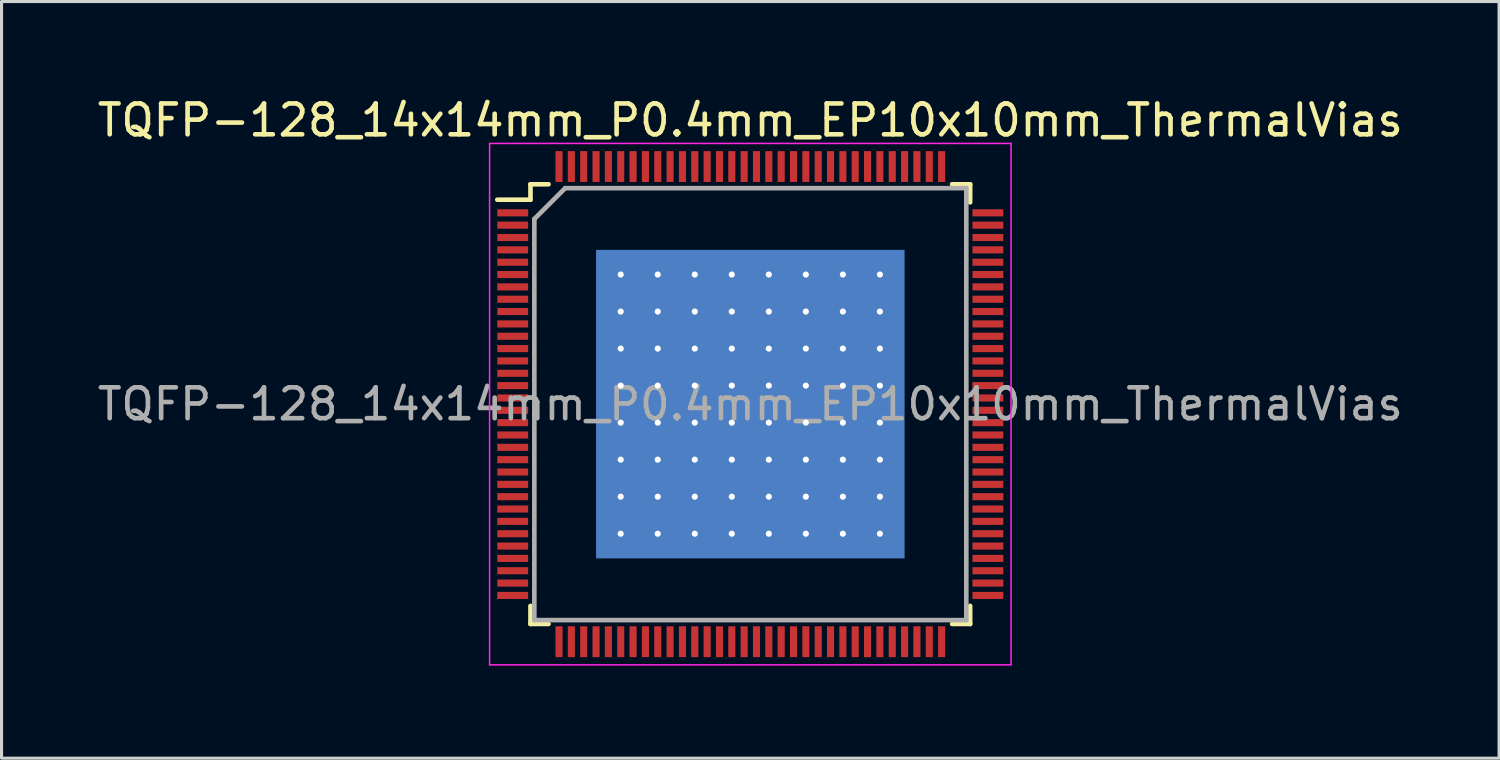
<source format=kicad_pcb>
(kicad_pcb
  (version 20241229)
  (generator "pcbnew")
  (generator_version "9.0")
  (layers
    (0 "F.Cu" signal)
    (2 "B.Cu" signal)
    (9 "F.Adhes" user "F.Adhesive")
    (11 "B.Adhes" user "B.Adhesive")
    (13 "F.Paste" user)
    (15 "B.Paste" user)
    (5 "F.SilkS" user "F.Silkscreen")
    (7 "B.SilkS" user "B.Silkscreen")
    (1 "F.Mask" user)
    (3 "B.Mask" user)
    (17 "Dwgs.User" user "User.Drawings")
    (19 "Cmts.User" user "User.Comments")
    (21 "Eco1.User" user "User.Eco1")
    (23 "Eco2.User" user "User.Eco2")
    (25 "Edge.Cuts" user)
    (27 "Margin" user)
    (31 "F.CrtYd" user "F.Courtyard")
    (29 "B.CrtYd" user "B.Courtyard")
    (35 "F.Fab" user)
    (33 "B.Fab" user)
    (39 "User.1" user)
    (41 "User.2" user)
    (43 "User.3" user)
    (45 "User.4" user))
  (footprint "TQFP-128_14x14mm_P0.4mm_EP10x10mm_ThermalVias"
    (layer "F.Cu")
    (at 21.268 10.048)
    (property "Reference" "TQFP-128_14x14mm_P0.4mm_EP10x10mm_ThermalVias" (at 0 -9.2 0) (layer "F.SilkS") (effects (font (size 1 1) (thickness 0.15))))
    (attr smd)
    (fp_line (start -7.125 -7.125) (end -7.125 -6.625) (stroke (width 0.15) (type solid)) (layer "F.SilkS"))
    (fp_line (start -7.125 -7.125) (end -6.54 -7.125) (stroke (width 0.15) (type solid)) (layer "F.SilkS"))
    (fp_line (start -7.125 -6.625) (end -8.2 -6.625) (stroke (width 0.15) (type solid)) (layer "F.SilkS"))
    (fp_line (start -7.125 7.125) (end -7.125 6.54) (stroke (width 0.15) (type solid)) (layer "F.SilkS"))
    (fp_line (start -7.125 7.125) (end -6.54 7.125) (stroke (width 0.15) (type solid)) (layer "F.SilkS"))
    (fp_line (start 7.125 -7.125) (end 6.54 -7.125) (stroke (width 0.15) (type solid)) (layer "F.SilkS"))
    (fp_line (start 7.125 -7.125) (end 7.125 -6.54) (stroke (width 0.15) (type solid)) (layer "F.SilkS"))
    (fp_line (start 7.125 7.125) (end 6.54 7.125) (stroke (width 0.15) (type solid)) (layer "F.SilkS"))
    (fp_line (start 7.125 7.125) (end 7.125 6.54) (stroke (width 0.15) (type solid)) (layer "F.SilkS"))
    (fp_rect (start -4.9 -3.9) (end -4.4 -3.2) (stroke (width 0.12) (type solid)) (fill yes) (layer "F.Paste"))
    (fp_rect (start -4.9 -2.7) (end -4.4 -2) (stroke (width 0.12) (type solid)) (fill yes) (layer "F.Paste"))
    (fp_rect (start -4.9 -1.55) (end -4.4 -0.85) (stroke (width 0.12) (type solid)) (fill yes) (layer "F.Paste"))
    (fp_rect (start -4.9 -0.4) (end -4.4 0.3) (stroke (width 0.12) (type solid)) (fill yes) (layer "F.Paste"))
    (fp_rect (start -4.9 0.8) (end -4.4 1.5) (stroke (width 0.12) (type solid)) (fill yes) (layer "F.Paste"))
    (fp_rect (start -4.9 2) (end -4.4 2.7) (stroke (width 0.12) (type solid)) (fill yes) (layer "F.Paste"))
    (fp_rect (start -4.9 3.2) (end -4.4 3.9) (stroke (width 0.12) (type solid)) (fill yes) (layer "F.Paste"))
    (fp_rect (start -4.4 -4.9) (end -4.9 -4.4) (stroke (width 0.12) (type solid)) (fill yes) (layer "F.Paste"))
    (fp_rect (start -4.4 4.4) (end -4.9 4.9) (stroke (width 0.12) (type solid)) (fill yes) (layer "F.Paste"))
    (fp_rect (start -4 -4.9) (end -3.2 -4.4) (stroke (width 0.12) (type solid)) (fill yes) (layer "F.Paste"))
    (fp_rect (start -4 4.4) (end -3.2 4.9) (stroke (width 0.12) (type solid)) (fill yes) (layer "F.Paste"))
    (fp_rect (start -3.2 -3.2) (end -4 -4) (stroke (width 0.12) (type solid)) (fill yes) (layer "F.Paste"))
    (fp_rect (start -3.2 -2) (end -4 -2.8) (stroke (width 0.12) (type solid)) (fill yes) (layer "F.Paste"))
    (fp_rect (start -3.2 -0.8) (end -4 -1.6) (stroke (width 0.12) (type solid)) (fill yes) (layer "F.Paste"))
    (fp_rect (start -3.2 0.4) (end -4 -0.4) (stroke (width 0.12) (type solid)) (fill yes) (layer "F.Paste"))
    (fp_rect (start -3.2 1.6) (end -4 0.8) (stroke (width 0.12) (type solid)) (fill yes) (layer "F.Paste"))
    (fp_rect (start -3.2 2.8) (end -4 2) (stroke (width 0.12) (type solid)) (fill yes) (layer "F.Paste"))
    (fp_rect (start -3.2 4) (end -4 3.2) (stroke (width 0.12) (type solid)) (fill yes) (layer "F.Paste"))
    (fp_rect (start -2.8 -4.9) (end -2 -4.4) (stroke (width 0.12) (type solid)) (fill yes) (layer "F.Paste"))
    (fp_rect (start -2.8 4.4) (end -2 4.9) (stroke (width 0.12) (type solid)) (fill yes) (layer "F.Paste"))
    (fp_rect (start -2 -3.2) (end -2.8 -4) (stroke (width 0.12) (type solid)) (fill yes) (layer "F.Paste"))
    (fp_rect (start -2 -2) (end -2.8 -2.8) (stroke (width 0.12) (type solid)) (fill yes) (layer "F.Paste"))
    (fp_rect (start -2 -0.8) (end -2.8 -1.6) (stroke (width 0.12) (type solid)) (fill yes) (layer "F.Paste"))
    (fp_rect (start -2 0.4) (end -2.8 -0.4) (stroke (width 0.12) (type solid)) (fill yes) (layer "F.Paste"))
    (fp_rect (start -2 1.6) (end -2.8 0.8) (stroke (width 0.12) (type solid)) (fill yes) (layer "F.Paste"))
    (fp_rect (start -2 2.8) (end -2.8 2) (stroke (width 0.12) (type solid)) (fill yes) (layer "F.Paste"))
    (fp_rect (start -2 4) (end -2.8 3.2) (stroke (width 0.12) (type solid)) (fill yes) (layer "F.Paste"))
    (fp_rect (start -1.6 -4.9) (end -0.8 -4.4) (stroke (width 0.12) (type solid)) (fill yes) (layer "F.Paste"))
    (fp_rect (start -1.6 4.4) (end -0.8 4.9) (stroke (width 0.12) (type solid)) (fill yes) (layer "F.Paste"))
    (fp_rect (start -0.8 -3.2) (end -1.6 -4) (stroke (width 0.12) (type solid)) (fill yes) (layer "F.Paste"))
    (fp_rect (start -0.8 -2) (end -1.6 -2.8) (stroke (width 0.12) (type solid)) (fill yes) (layer "F.Paste"))
    (fp_rect (start -0.8 -0.8) (end -1.6 -1.6) (stroke (width 0.12) (type solid)) (fill yes) (layer "F.Paste"))
    (fp_rect (start -0.8 0.4) (end -1.6 -0.4) (stroke (width 0.12) (type solid)) (fill yes) (layer "F.Paste"))
    (fp_rect (start -0.8 1.6) (end -1.6 0.8) (stroke (width 0.12) (type solid)) (fill yes) (layer "F.Paste"))
    (fp_rect (start -0.8 2.8) (end -1.6 2) (stroke (width 0.12) (type solid)) (fill yes) (layer "F.Paste"))
    (fp_rect (start -0.8 4) (end -1.6 3.2) (stroke (width 0.12) (type solid)) (fill yes) (layer "F.Paste"))
    (fp_rect (start -0.4 -4.9) (end 0.4 -4.4) (stroke (width 0.12) (type solid)) (fill yes) (layer "F.Paste"))
    (fp_rect (start -0.4 4.4) (end 0.4 4.9) (stroke (width 0.12) (type solid)) (fill yes) (layer "F.Paste"))
    (fp_rect (start 0.4 -3.2) (end -0.4 -4) (stroke (width 0.12) (type solid)) (fill yes) (layer "F.Paste"))
    (fp_rect (start 0.4 -2) (end -0.4 -2.8) (stroke (width 0.12) (type solid)) (fill yes) (layer "F.Paste"))
    (fp_rect (start 0.4 -0.8) (end -0.4 -1.6) (stroke (width 0.12) (type solid)) (fill yes) (layer "F.Paste"))
    (fp_rect (start 0.4 0.4) (end -0.4 -0.4) (stroke (width 0.12) (type solid)) (fill yes) (layer "F.Paste"))
    (fp_rect (start 0.4 1.6) (end -0.4 0.8) (stroke (width 0.12) (type solid)) (fill yes) (layer "F.Paste"))
    (fp_rect (start 0.4 2.8) (end -0.4 2) (stroke (width 0.12) (type solid)) (fill yes) (layer "F.Paste"))
    (fp_rect (start 0.4 4) (end -0.4 3.2) (stroke (width 0.12) (type solid)) (fill yes) (layer "F.Paste"))
    (fp_rect (start 0.8 -4.9) (end 1.6 -4.4) (stroke (width 0.12) (type solid)) (fill yes) (layer "F.Paste"))
    (fp_rect (start 0.8 4.4) (end 1.6 4.9) (stroke (width 0.12) (type solid)) (fill yes) (layer "F.Paste"))
    (fp_rect (start 1.6 -3.2) (end 0.8 -4) (stroke (width 0.12) (type solid)) (fill yes) (layer "F.Paste"))
    (fp_rect (start 1.6 -2) (end 0.8 -2.8) (stroke (width 0.12) (type solid)) (fill yes) (layer "F.Paste"))
    (fp_rect (start 1.6 -0.8) (end 0.8 -1.6) (stroke (width 0.12) (type solid)) (fill yes) (layer "F.Paste"))
    (fp_rect (start 1.6 0.4) (end 0.8 -0.4) (stroke (width 0.12) (type solid)) (fill yes) (layer "F.Paste"))
    (fp_rect (start 1.6 1.6) (end 0.8 0.8) (stroke (width 0.12) (type solid)) (fill yes) (layer "F.Paste"))
    (fp_rect (start 1.6 2.8) (end 0.8 2) (stroke (width 0.12) (type solid)) (fill yes) (layer "F.Paste"))
    (fp_rect (start 1.6 4) (end 0.8 3.2) (stroke (width 0.12) (type solid)) (fill yes) (layer "F.Paste"))
    (fp_rect (start 2 -4.9) (end 2.8 -4.4) (stroke (width 0.12) (type solid)) (fill yes) (layer "F.Paste"))
    (fp_rect (start 2 4.4) (end 2.8 4.9) (stroke (width 0.12) (type solid)) (fill yes) (layer "F.Paste"))
    (fp_rect (start 2.8 -3.2) (end 2 -4) (stroke (width 0.12) (type solid)) (fill yes) (layer "F.Paste"))
    (fp_rect (start 2.8 -2) (end 2 -2.8) (stroke (width 0.12) (type solid)) (fill yes) (layer "F.Paste"))
    (fp_rect (start 2.8 -0.8) (end 2 -1.6) (stroke (width 0.12) (type solid)) (fill yes) (layer "F.Paste"))
    (fp_rect (start 2.8 0.4) (end 2 -0.4) (stroke (width 0.12) (type solid)) (fill yes) (layer "F.Paste"))
    (fp_rect (start 2.8 1.6) (end 2 0.8) (stroke (width 0.12) (type solid)) (fill yes) (layer "F.Paste"))
    (fp_rect (start 2.8 2.8) (end 2 2) (stroke (width 0.12) (type solid)) (fill yes) (layer "F.Paste"))
    (fp_rect (start 2.8 4) (end 2 3.2) (stroke (width 0.12) (type solid)) (fill yes) (layer "F.Paste"))
    (fp_rect (start 3.2 -4.9) (end 4 -4.4) (stroke (width 0.12) (type solid)) (fill yes) (layer "F.Paste"))
    (fp_rect (start 3.2 4.4) (end 4 4.9) (stroke (width 0.12) (type solid)) (fill yes) (layer "F.Paste"))
    (fp_rect (start 4 -3.2) (end 3.2 -4) (stroke (width 0.12) (type solid)) (fill yes) (layer "F.Paste"))
    (fp_rect (start 4 -2) (end 3.2 -2.8) (stroke (width 0.12) (type solid)) (fill yes) (layer "F.Paste"))
    (fp_rect (start 4 -0.8) (end 3.2 -1.6) (stroke (width 0.12) (type solid)) (fill yes) (layer "F.Paste"))
    (fp_rect (start 4 0.4) (end 3.2 -0.4) (stroke (width 0.12) (type solid)) (fill yes) (layer "F.Paste"))
    (fp_rect (start 4 1.6) (end 3.2 0.8) (stroke (width 0.12) (type solid)) (fill yes) (layer "F.Paste"))
    (fp_rect (start 4 2.8) (end 3.2 2) (stroke (width 0.12) (type solid)) (fill yes) (layer "F.Paste"))
    (fp_rect (start 4 4) (end 3.2 3.2) (stroke (width 0.12) (type solid)) (fill yes) (layer "F.Paste"))
    (fp_rect (start 4.4 -3.9) (end 4.9 -3.2) (stroke (width 0.12) (type solid)) (fill yes) (layer "F.Paste"))
    (fp_rect (start 4.4 -2.7) (end 4.9 -2) (stroke (width 0.12) (type solid)) (fill yes) (layer "F.Paste"))
    (fp_rect (start 4.4 -1.5) (end 4.9 -0.8) (stroke (width 0.12) (type solid)) (fill yes) (layer "F.Paste"))
    (fp_rect (start 4.4 -0.3) (end 4.9 0.4) (stroke (width 0.12) (type solid)) (fill yes) (layer "F.Paste"))
    (fp_rect (start 4.4 0.9) (end 4.9 1.6) (stroke (width 0.12) (type solid)) (fill yes) (layer "F.Paste"))
    (fp_rect (start 4.4 2.1) (end 4.9 2.8) (stroke (width 0.12) (type solid)) (fill yes) (layer "F.Paste"))
    (fp_rect (start 4.4 3.3) (end 4.9 4) (stroke (width 0.12) (type solid)) (fill yes) (layer "F.Paste"))
    (fp_rect (start 4.9 -4.9) (end 4.4 -4.4) (stroke (width 0.12) (type solid)) (fill yes) (layer "F.Paste"))
    (fp_rect (start 4.9 4.4) (end 4.4 4.9) (stroke (width 0.12) (type solid)) (fill yes) (layer "F.Paste"))
    (fp_line (start -8.45 -8.45) (end -8.45 8.45) (stroke (width 0.05) (type solid)) (layer "F.CrtYd"))
    (fp_line (start -8.45 -8.45) (end 8.45 -8.45) (stroke (width 0.05) (type solid)) (layer "F.CrtYd"))
    (fp_line (start -8.45 8.45) (end 8.45 8.45) (stroke (width 0.05) (type solid)) (layer "F.CrtYd"))
    (fp_line (start 8.45 -8.45) (end 8.45 8.45) (stroke (width 0.05) (type solid)) (layer "F.CrtYd"))
    (fp_line (start -7 -6) (end -6 -7) (stroke (width 0.15) (type solid)) (layer "F.Fab"))
    (fp_line (start -7 7) (end -7 -6) (stroke (width 0.15) (type solid)) (layer "F.Fab"))
    (fp_line (start -6 -7) (end 7 -7) (stroke (width 0.15) (type solid)) (layer "F.Fab"))
    (fp_line (start 7 -7) (end 7 7) (stroke (width 0.15) (type solid)) (layer "F.Fab"))
    (fp_line (start 7 7) (end -7 7) (stroke (width 0.15) (type solid)) (layer "F.Fab"))
    (fp_text user "${REFERENCE}" (at 0 0 0) (layer "F.Fab") (effects (font (size 1 1) (thickness 0.15))))
    (pad "1" smd rect (at -7.7 -6.2) (size 1 0.23) (layers "F.Cu" "F.Mask" "F.Paste"))
    (pad "2" smd rect (at -7.7 -5.8) (size 1 0.23) (layers "F.Cu" "F.Mask" "F.Paste"))
    (pad "3" smd rect (at -7.7 -5.4) (size 1 0.23) (layers "F.Cu" "F.Mask" "F.Paste"))
    (pad "4" smd rect (at -7.7 -5) (size 1 0.23) (layers "F.Cu" "F.Mask" "F.Paste"))
    (pad "5" smd rect (at -7.7 -4.6) (size 1 0.23) (layers "F.Cu" "F.Mask" "F.Paste"))
    (pad "6" smd rect (at -7.7 -4.2) (size 1 0.23) (layers "F.Cu" "F.Mask" "F.Paste"))
    (pad "7" smd rect (at -7.7 -3.8) (size 1 0.23) (layers "F.Cu" "F.Mask" "F.Paste"))
    (pad "8" smd rect (at -7.7 -3.4) (size 1 0.23) (layers "F.Cu" "F.Mask" "F.Paste"))
    (pad "9" smd rect (at -7.7 -3) (size 1 0.23) (layers "F.Cu" "F.Mask" "F.Paste"))
    (pad "10" smd rect (at -7.7 -2.6) (size 1 0.23) (layers "F.Cu" "F.Mask" "F.Paste"))
    (pad "11" smd rect (at -7.7 -2.2) (size 1 0.23) (layers "F.Cu" "F.Mask" "F.Paste"))
    (pad "12" smd rect (at -7.7 -1.8) (size 1 0.23) (layers "F.Cu" "F.Mask" "F.Paste"))
    (pad "13" smd rect (at -7.7 -1.4) (size 1 0.23) (layers "F.Cu" "F.Mask" "F.Paste"))
    (pad "14" smd rect (at -7.7 -1) (size 1 0.23) (layers "F.Cu" "F.Mask" "F.Paste"))
    (pad "15" smd rect (at -7.7 -0.6) (size 1 0.23) (layers "F.Cu" "F.Mask" "F.Paste"))
    (pad "16" smd rect (at -7.7 -0.2) (size 1 0.23) (layers "F.Cu" "F.Mask" "F.Paste"))
    (pad "17" smd rect (at -7.7 0.2) (size 1 0.23) (layers "F.Cu" "F.Mask" "F.Paste"))
    (pad "18" smd rect (at -7.7 0.6) (size 1 0.23) (layers "F.Cu" "F.Mask" "F.Paste"))
    (pad "19" smd rect (at -7.7 1) (size 1 0.23) (layers "F.Cu" "F.Mask" "F.Paste"))
    (pad "20" smd rect (at -7.7 1.4) (size 1 0.23) (layers "F.Cu" "F.Mask" "F.Paste"))
    (pad "21" smd rect (at -7.7 1.8) (size 1 0.23) (layers "F.Cu" "F.Mask" "F.Paste"))
    (pad "22" smd rect (at -7.7 2.2) (size 1 0.23) (layers "F.Cu" "F.Mask" "F.Paste"))
    (pad "23" smd rect (at -7.7 2.6) (size 1 0.23) (layers "F.Cu" "F.Mask" "F.Paste"))
    (pad "24" smd rect (at -7.7 3) (size 1 0.23) (layers "F.Cu" "F.Mask" "F.Paste"))
    (pad "25" smd rect (at -7.7 3.4) (size 1 0.23) (layers "F.Cu" "F.Mask" "F.Paste"))
    (pad "26" smd rect (at -7.7 3.8) (size 1 0.23) (layers "F.Cu" "F.Mask" "F.Paste"))
    (pad "27" smd rect (at -7.7 4.2) (size 1 0.23) (layers "F.Cu" "F.Mask" "F.Paste"))
    (pad "28" smd rect (at -7.7 4.6) (size 1 0.23) (layers "F.Cu" "F.Mask" "F.Paste"))
    (pad "29" smd rect (at -7.7 5) (size 1 0.23) (layers "F.Cu" "F.Mask" "F.Paste"))
    (pad "30" smd rect (at -7.7 5.4) (size 1 0.23) (layers "F.Cu" "F.Mask" "F.Paste"))
    (pad "31" smd rect (at -7.7 5.8) (size 1 0.23) (layers "F.Cu" "F.Mask" "F.Paste"))
    (pad "32" smd rect (at -7.7 6.2) (size 1 0.23) (layers "F.Cu" "F.Mask" "F.Paste"))
    (pad "33" smd rect (at -6.2 7.7 90) (size 1 0.23) (layers "F.Cu" "F.Mask" "F.Paste"))
    (pad "34" smd rect (at -5.8 7.7 90) (size 1 0.23) (layers "F.Cu" "F.Mask" "F.Paste"))
    (pad "35" smd rect (at -5.4 7.7 90) (size 1 0.23) (layers "F.Cu" "F.Mask" "F.Paste"))
    (pad "36" smd rect (at -5 7.7 90) (size 1 0.23) (layers "F.Cu" "F.Mask" "F.Paste"))
    (pad "37" smd rect (at -4.6 7.7 90) (size 1 0.23) (layers "F.Cu" "F.Mask" "F.Paste"))
    (pad "38" smd rect (at -4.2 7.7 90) (size 1 0.23) (layers "F.Cu" "F.Mask" "F.Paste"))
    (pad "39" smd rect (at -3.8 7.7 90) (size 1 0.23) (layers "F.Cu" "F.Mask" "F.Paste"))
    (pad "40" smd rect (at -3.4 7.7 90) (size 1 0.23) (layers "F.Cu" "F.Mask" "F.Paste"))
    (pad "41" smd rect (at -3 7.7 90) (size 1 0.23) (layers "F.Cu" "F.Mask" "F.Paste"))
    (pad "42" smd rect (at -2.6 7.7 90) (size 1 0.23) (layers "F.Cu" "F.Mask" "F.Paste"))
    (pad "43" smd rect (at -2.2 7.7 90) (size 1 0.23) (layers "F.Cu" "F.Mask" "F.Paste"))
    (pad "44" smd rect (at -1.8 7.7 90) (size 1 0.23) (layers "F.Cu" "F.Mask" "F.Paste"))
    (pad "45" smd rect (at -1.4 7.7 90) (size 1 0.23) (layers "F.Cu" "F.Mask" "F.Paste"))
    (pad "46" smd rect (at -1 7.7 90) (size 1 0.23) (layers "F.Cu" "F.Mask" "F.Paste"))
    (pad "47" smd rect (at -0.6 7.7 90) (size 1 0.23) (layers "F.Cu" "F.Mask" "F.Paste"))
    (pad "48" smd rect (at -0.2 7.7 90) (size 1 0.23) (layers "F.Cu" "F.Mask" "F.Paste"))
    (pad "49" smd rect (at 0.2 7.7 90) (size 1 0.23) (layers "F.Cu" "F.Mask" "F.Paste"))
    (pad "50" smd rect (at 0.6 7.7 90) (size 1 0.23) (layers "F.Cu" "F.Mask" "F.Paste"))
    (pad "51" smd rect (at 1 7.7 90) (size 1 0.23) (layers "F.Cu" "F.Mask" "F.Paste"))
    (pad "52" smd rect (at 1.4 7.7 90) (size 1 0.23) (layers "F.Cu" "F.Mask" "F.Paste"))
    (pad "53" smd rect (at 1.8 7.7 90) (size 1 0.23) (layers "F.Cu" "F.Mask" "F.Paste"))
    (pad "54" smd rect (at 2.2 7.7 90) (size 1 0.23) (layers "F.Cu" "F.Mask" "F.Paste"))
    (pad "55" smd rect (at 2.6 7.7 90) (size 1 0.23) (layers "F.Cu" "F.Mask" "F.Paste"))
    (pad "56" smd rect (at 3 7.7 90) (size 1 0.23) (layers "F.Cu" "F.Mask" "F.Paste"))
    (pad "57" smd rect (at 3.4 7.7 90) (size 1 0.23) (layers "F.Cu" "F.Mask" "F.Paste"))
    (pad "58" smd rect (at 3.8 7.7 90) (size 1 0.23) (layers "F.Cu" "F.Mask" "F.Paste"))
    (pad "59" smd rect (at 4.2 7.7 90) (size 1 0.23) (layers "F.Cu" "F.Mask" "F.Paste"))
    (pad "60" smd rect (at 4.6 7.7 90) (size 1 0.23) (layers "F.Cu" "F.Mask" "F.Paste"))
    (pad "61" smd rect (at 5 7.7 90) (size 1 0.23) (layers "F.Cu" "F.Mask" "F.Paste"))
    (pad "62" smd rect (at 5.4 7.7 90) (size 1 0.23) (layers "F.Cu" "F.Mask" "F.Paste"))
    (pad "63" smd rect (at 5.8 7.7 90) (size 1 0.23) (layers "F.Cu" "F.Mask" "F.Paste"))
    (pad "64" smd rect (at 6.2 7.7 90) (size 1 0.23) (layers "F.Cu" "F.Mask" "F.Paste"))
    (pad "65" smd rect (at 7.7 6.2) (size 1 0.23) (layers "F.Cu" "F.Mask" "F.Paste"))
    (pad "66" smd rect (at 7.7 5.8) (size 1 0.23) (layers "F.Cu" "F.Mask" "F.Paste"))
    (pad "67" smd rect (at 7.7 5.4) (size 1 0.23) (layers "F.Cu" "F.Mask" "F.Paste"))
    (pad "68" smd rect (at 7.7 5) (size 1 0.23) (layers "F.Cu" "F.Mask" "F.Paste"))
    (pad "69" smd rect (at 7.7 4.6) (size 1 0.23) (layers "F.Cu" "F.Mask" "F.Paste"))
    (pad "70" smd rect (at 7.7 4.2) (size 1 0.23) (layers "F.Cu" "F.Mask" "F.Paste"))
    (pad "71" smd rect (at 7.7 3.8) (size 1 0.23) (layers "F.Cu" "F.Mask" "F.Paste"))
    (pad "72" smd rect (at 7.7 3.4) (size 1 0.23) (layers "F.Cu" "F.Mask" "F.Paste"))
    (pad "73" smd rect (at 7.7 3) (size 1 0.23) (layers "F.Cu" "F.Mask" "F.Paste"))
    (pad "74" smd rect (at 7.7 2.6) (size 1 0.23) (layers "F.Cu" "F.Mask" "F.Paste"))
    (pad "75" smd rect (at 7.7 2.2) (size 1 0.23) (layers "F.Cu" "F.Mask" "F.Paste"))
    (pad "76" smd rect (at 7.7 1.8) (size 1 0.23) (layers "F.Cu" "F.Mask" "F.Paste"))
    (pad "77" smd rect (at 7.7 1.4) (size 1 0.23) (layers "F.Cu" "F.Mask" "F.Paste"))
    (pad "78" smd rect (at 7.7 1) (size 1 0.23) (layers "F.Cu" "F.Mask" "F.Paste"))
    (pad "79" smd rect (at 7.7 0.6) (size 1 0.23) (layers "F.Cu" "F.Mask" "F.Paste"))
    (pad "80" smd rect (at 7.7 0.2) (size 1 0.23) (layers "F.Cu" "F.Mask" "F.Paste"))
    (pad "81" smd rect (at 7.7 -0.2) (size 1 0.23) (layers "F.Cu" "F.Mask" "F.Paste"))
    (pad "82" smd rect (at 7.7 -0.6) (size 1 0.23) (layers "F.Cu" "F.Mask" "F.Paste"))
    (pad "83" smd rect (at 7.7 -1) (size 1 0.23) (layers "F.Cu" "F.Mask" "F.Paste"))
    (pad "84" smd rect (at 7.7 -1.4) (size 1 0.23) (layers "F.Cu" "F.Mask" "F.Paste"))
    (pad "85" smd rect (at 7.7 -1.8) (size 1 0.23) (layers "F.Cu" "F.Mask" "F.Paste"))
    (pad "86" smd rect (at 7.7 -2.2) (size 1 0.23) (layers "F.Cu" "F.Mask" "F.Paste"))
    (pad "87" smd rect (at 7.7 -2.6) (size 1 0.23) (layers "F.Cu" "F.Mask" "F.Paste"))
    (pad "88" smd rect (at 7.7 -3) (size 1 0.23) (layers "F.Cu" "F.Mask" "F.Paste"))
    (pad "89" smd rect (at 7.7 -3.4) (size 1 0.23) (layers "F.Cu" "F.Mask" "F.Paste"))
    (pad "90" smd rect (at 7.7 -3.8) (size 1 0.23) (layers "F.Cu" "F.Mask" "F.Paste"))
    (pad "91" smd rect (at 7.7 -4.2) (size 1 0.23) (layers "F.Cu" "F.Mask" "F.Paste"))
    (pad "92" smd rect (at 7.7 -4.6) (size 1 0.23) (layers "F.Cu" "F.Mask" "F.Paste"))
    (pad "93" smd rect (at 7.7 -5) (size 1 0.23) (layers "F.Cu" "F.Mask" "F.Paste"))
    (pad "94" smd rect (at 7.7 -5.4) (size 1 0.23) (layers "F.Cu" "F.Mask" "F.Paste"))
    (pad "95" smd rect (at 7.7 -5.8) (size 1 0.23) (layers "F.Cu" "F.Mask" "F.Paste"))
    (pad "96" smd rect (at 7.7 -6.2) (size 1 0.23) (layers "F.Cu" "F.Mask" "F.Paste"))
    (pad "97" smd rect (at 6.2 -7.7 90) (size 1 0.23) (layers "F.Cu" "F.Mask" "F.Paste"))
    (pad "98" smd rect (at 5.8 -7.7 90) (size 1 0.23) (layers "F.Cu" "F.Mask" "F.Paste"))
    (pad "99" smd rect (at 5.4 -7.7 90) (size 1 0.23) (layers "F.Cu" "F.Mask" "F.Paste"))
    (pad "100" smd rect (at 5 -7.7 90) (size 1 0.23) (layers "F.Cu" "F.Mask" "F.Paste"))
    (pad "101" smd rect (at 4.6 -7.7 90) (size 1 0.23) (layers "F.Cu" "F.Mask" "F.Paste"))
    (pad "102" smd rect (at 4.2 -7.7 90) (size 1 0.23) (layers "F.Cu" "F.Mask" "F.Paste"))
    (pad "103" smd rect (at 3.8 -7.7 90) (size 1 0.23) (layers "F.Cu" "F.Mask" "F.Paste"))
    (pad "104" smd rect (at 3.4 -7.7 90) (size 1 0.23) (layers "F.Cu" "F.Mask" "F.Paste"))
    (pad "105" smd rect (at 3 -7.7 90) (size 1 0.23) (layers "F.Cu" "F.Mask" "F.Paste"))
    (pad "106" smd rect (at 2.6 -7.7 90) (size 1 0.23) (layers "F.Cu" "F.Mask" "F.Paste"))
    (pad "107" smd rect (at 2.2 -7.7 90) (size 1 0.23) (layers "F.Cu" "F.Mask" "F.Paste"))
    (pad "108" smd rect (at 1.8 -7.7 90) (size 1 0.23) (layers "F.Cu" "F.Mask" "F.Paste"))
    (pad "109" smd rect (at 1.4 -7.7 90) (size 1 0.23) (layers "F.Cu" "F.Mask" "F.Paste"))
    (pad "110" smd rect (at 1 -7.7 90) (size 1 0.23) (layers "F.Cu" "F.Mask" "F.Paste"))
    (pad "111" smd rect (at 0.6 -7.7 90) (size 1 0.23) (layers "F.Cu" "F.Mask" "F.Paste"))
    (pad "112" smd rect (at 0.2 -7.7 90) (size 1 0.23) (layers "F.Cu" "F.Mask" "F.Paste"))
    (pad "113" smd rect (at -0.2 -7.7 90) (size 1 0.23) (layers "F.Cu" "F.Mask" "F.Paste"))
    (pad "114" smd rect (at -0.6 -7.7 90) (size 1 0.23) (layers "F.Cu" "F.Mask" "F.Paste"))
    (pad "115" smd rect (at -1 -7.7 90) (size 1 0.23) (layers "F.Cu" "F.Mask" "F.Paste"))
    (pad "116" smd rect (at -1.4 -7.7 90) (size 1 0.23) (layers "F.Cu" "F.Mask" "F.Paste"))
    (pad "117" smd rect (at -1.8 -7.7 90) (size 1 0.23) (layers "F.Cu" "F.Mask" "F.Paste"))
    (pad "118" smd rect (at -2.2 -7.7 90) (size 1 0.23) (layers "F.Cu" "F.Mask" "F.Paste"))
    (pad "119" smd rect (at -2.6 -7.7 90) (size 1 0.23) (layers "F.Cu" "F.Mask" "F.Paste"))
    (pad "120" smd rect (at -3 -7.7 90) (size 1 0.23) (layers "F.Cu" "F.Mask" "F.Paste"))
    (pad "121" smd rect (at -3.4 -7.7 90) (size 1 0.23) (layers "F.Cu" "F.Mask" "F.Paste"))
    (pad "122" smd rect (at -3.8 -7.7 90) (size 1 0.23) (layers "F.Cu" "F.Mask" "F.Paste"))
    (pad "123" smd rect (at -4.2 -7.7 90) (size 1 0.23) (layers "F.Cu" "F.Mask" "F.Paste"))
    (pad "124" smd rect (at -4.6 -7.7 90) (size 1 0.23) (layers "F.Cu" "F.Mask" "F.Paste"))
    (pad "125" smd rect (at -5 -7.7 90) (size 1 0.23) (layers "F.Cu" "F.Mask" "F.Paste"))
    (pad "126" smd rect (at -5.4 -7.7 90) (size 1 0.23) (layers "F.Cu" "F.Mask" "F.Paste"))
    (pad "127" smd rect (at -5.8 -7.7 90) (size 1 0.23) (layers "F.Cu" "F.Mask" "F.Paste"))
    (pad "128" smd rect (at -6.2 -7.7 90) (size 1 0.23) (layers "F.Cu" "F.Mask" "F.Paste"))
    (pad "129" thru_hole circle (at -4.2 -4.2) (size 0.5 0.5) (drill 0.2) (layers "*.Cu"))
    (pad "129" thru_hole circle (at -4.2 -3) (size 0.5 0.5) (drill 0.2) (layers "*.Cu"))
    (pad "129" thru_hole circle (at -4.2 -1.8) (size 0.5 0.5) (drill 0.2) (layers "*.Cu"))
    (pad "129" thru_hole circle (at -4.2 -0.6) (size 0.5 0.5) (drill 0.2) (layers "*.Cu"))
    (pad "129" thru_hole circle (at -4.2 0.6) (size 0.5 0.5) (drill 0.2) (layers "*.Cu"))
    (pad "129" thru_hole circle (at -4.2 1.8) (size 0.5 0.5) (drill 0.2) (layers "*.Cu"))
    (pad "129" thru_hole circle (at -4.2 3) (size 0.5 0.5) (drill 0.2) (layers "*.Cu"))
    (pad "129" thru_hole circle (at -4.2 4.2) (size 0.5 0.5) (drill 0.2) (layers "*.Cu"))
    (pad "129" thru_hole circle (at -3 -4.2) (size 0.5 0.5) (drill 0.2) (layers "*.Cu"))
    (pad "129" thru_hole circle (at -3 -3) (size 0.5 0.5) (drill 0.2) (layers "*.Cu"))
    (pad "129" thru_hole circle (at -3 -1.8) (size 0.5 0.5) (drill 0.2) (layers "*.Cu"))
    (pad "129" thru_hole circle (at -3 -0.6) (size 0.5 0.5) (drill 0.2) (layers "*.Cu"))
    (pad "129" thru_hole circle (at -3 0.6) (size 0.5 0.5) (drill 0.2) (layers "*.Cu"))
    (pad "129" thru_hole circle (at -3 1.8) (size 0.5 0.5) (drill 0.2) (layers "*.Cu"))
    (pad "129" thru_hole circle (at -3 3) (size 0.5 0.5) (drill 0.2) (layers "*.Cu"))
    (pad "129" thru_hole circle (at -3 4.2) (size 0.5 0.5) (drill 0.2) (layers "*.Cu"))
    (pad "129" thru_hole circle (at -1.8 -4.2) (size 0.5 0.5) (drill 0.2) (layers "*.Cu"))
    (pad "129" thru_hole circle (at -1.8 -3) (size 0.5 0.5) (drill 0.2) (layers "*.Cu"))
    (pad "129" thru_hole circle (at -1.8 -1.8) (size 0.5 0.5) (drill 0.2) (layers "*.Cu"))
    (pad "129" thru_hole circle (at -1.8 -0.6) (size 0.5 0.5) (drill 0.2) (layers "*.Cu"))
    (pad "129" thru_hole circle (at -1.8 0.6) (size 0.5 0.5) (drill 0.2) (layers "*.Cu"))
    (pad "129" thru_hole circle (at -1.8 1.8) (size 0.5 0.5) (drill 0.2) (layers "*.Cu"))
    (pad "129" thru_hole circle (at -1.8 3) (size 0.5 0.5) (drill 0.2) (layers "*.Cu"))
    (pad "129" thru_hole circle (at -1.8 4.2) (size 0.5 0.5) (drill 0.2) (layers "*.Cu"))
    (pad "129" thru_hole circle (at -0.6 -4.2) (size 0.5 0.5) (drill 0.2) (layers "*.Cu"))
    (pad "129" thru_hole circle (at -0.6 -3) (size 0.5 0.5) (drill 0.2) (layers "*.Cu"))
    (pad "129" thru_hole circle (at -0.6 -1.8) (size 0.5 0.5) (drill 0.2) (layers "*.Cu"))
    (pad "129" thru_hole circle (at -0.6 -0.6) (size 0.5 0.5) (drill 0.2) (layers "*.Cu"))
    (pad "129" thru_hole circle (at -0.6 0.6) (size 0.5 0.5) (drill 0.2) (layers "*.Cu"))
    (pad "129" thru_hole circle (at -0.6 1.8) (size 0.5 0.5) (drill 0.2) (layers "*.Cu"))
    (pad "129" thru_hole circle (at -0.6 3) (size 0.5 0.5) (drill 0.2) (layers "*.Cu"))
    (pad "129" thru_hole circle (at -0.6 4.2) (size 0.5 0.5) (drill 0.2) (layers "*.Cu"))
    (pad "129" smd rect (at 0 0) (size 10 10) (layers "F.Mask" "B.Cu"))
    (pad "129" thru_hole circle (at 0.6 -4.2) (size 0.5 0.5) (drill 0.2) (layers "*.Cu"))
    (pad "129" thru_hole circle (at 0.6 -3) (size 0.5 0.5) (drill 0.2) (layers "*.Cu"))
    (pad "129" thru_hole circle (at 0.6 -1.8) (size 0.5 0.5) (drill 0.2) (layers "*.Cu"))
    (pad "129" thru_hole circle (at 0.6 -0.6) (size 0.5 0.5) (drill 0.2) (layers "*.Cu"))
    (pad "129" thru_hole circle (at 0.6 0.6) (size 0.5 0.5) (drill 0.2) (layers "*.Cu"))
    (pad "129" thru_hole circle (at 0.6 1.8) (size 0.5 0.5) (drill 0.2) (layers "*.Cu"))
    (pad "129" thru_hole circle (at 0.6 3) (size 0.5 0.5) (drill 0.2) (layers "*.Cu"))
    (pad "129" thru_hole circle (at 0.6 4.2) (size 0.5 0.5) (drill 0.2) (layers "*.Cu"))
    (pad "129" thru_hole circle (at 1.8 -4.2) (size 0.5 0.5) (drill 0.2) (layers "*.Cu"))
    (pad "129" thru_hole circle (at 1.8 -3) (size 0.5 0.5) (drill 0.2) (layers "*.Cu"))
    (pad "129" thru_hole circle (at 1.8 -1.8) (size 0.5 0.5) (drill 0.2) (layers "*.Cu"))
    (pad "129" thru_hole circle (at 1.8 -0.6) (size 0.5 0.5) (drill 0.2) (layers "*.Cu"))
    (pad "129" thru_hole circle (at 1.8 0.6) (size 0.5 0.5) (drill 0.2) (layers "*.Cu"))
    (pad "129" thru_hole circle (at 1.8 1.8) (size 0.5 0.5) (drill 0.2) (layers "*.Cu"))
    (pad "129" thru_hole circle (at 1.8 3) (size 0.5 0.5) (drill 0.2) (layers "*.Cu"))
    (pad "129" thru_hole circle (at 1.8 4.2) (size 0.5 0.5) (drill 0.2) (layers "*.Cu"))
    (pad "129" thru_hole circle (at 3 -4.2) (size 0.5 0.5) (drill 0.2) (layers "*.Cu"))
    (pad "129" thru_hole circle (at 3 -3) (size 0.5 0.5) (drill 0.2) (layers "*.Cu"))
    (pad "129" thru_hole circle (at 3 -1.8) (size 0.5 0.5) (drill 0.2) (layers "*.Cu"))
    (pad "129" thru_hole circle (at 3 -0.6) (size 0.5 0.5) (drill 0.2) (layers "*.Cu"))
    (pad "129" thru_hole circle (at 3 0.6) (size 0.5 0.5) (drill 0.2) (layers "*.Cu"))
    (pad "129" thru_hole circle (at 3 1.8) (size 0.5 0.5) (drill 0.2) (layers "*.Cu"))
    (pad "129" thru_hole circle (at 3 3) (size 0.5 0.5) (drill 0.2) (layers "*.Cu"))
    (pad "129" thru_hole circle (at 3 4.2) (size 0.5 0.5) (drill 0.2) (layers "*.Cu"))
    (pad "129" thru_hole circle (at 4.2 -4.2) (size 0.5 0.5) (drill 0.2) (layers "*.Cu"))
    (pad "129" thru_hole circle (at 4.2 -3) (size 0.5 0.5) (drill 0.2) (layers "*.Cu"))
    (pad "129" thru_hole circle (at 4.2 -1.8) (size 0.5 0.5) (drill 0.2) (layers "*.Cu"))
    (pad "129" thru_hole circle (at 4.2 -0.6) (size 0.5 0.5) (drill 0.2) (layers "*.Cu"))
    (pad "129" thru_hole circle (at 4.2 0.6) (size 0.5 0.5) (drill 0.2) (layers "*.Cu"))
    (pad "129" thru_hole circle (at 4.2 1.8) (size 0.5 0.5) (drill 0.2) (layers "*.Cu"))
    (pad "129" thru_hole circle (at 4.2 3) (size 0.5 0.5) (drill 0.2) (layers "*.Cu"))
    (pad "129" thru_hole circle (at 4.2 4.2) (size 0.5 0.5) (drill 0.2) (layers "*.Cu")))
  (gr_rect
    (start -3 -3)
    (end 45.536 21.523)
    (stroke (width 0.1) (type default))
    (fill no)
    (layer "Edge.Cuts")))
</source>
